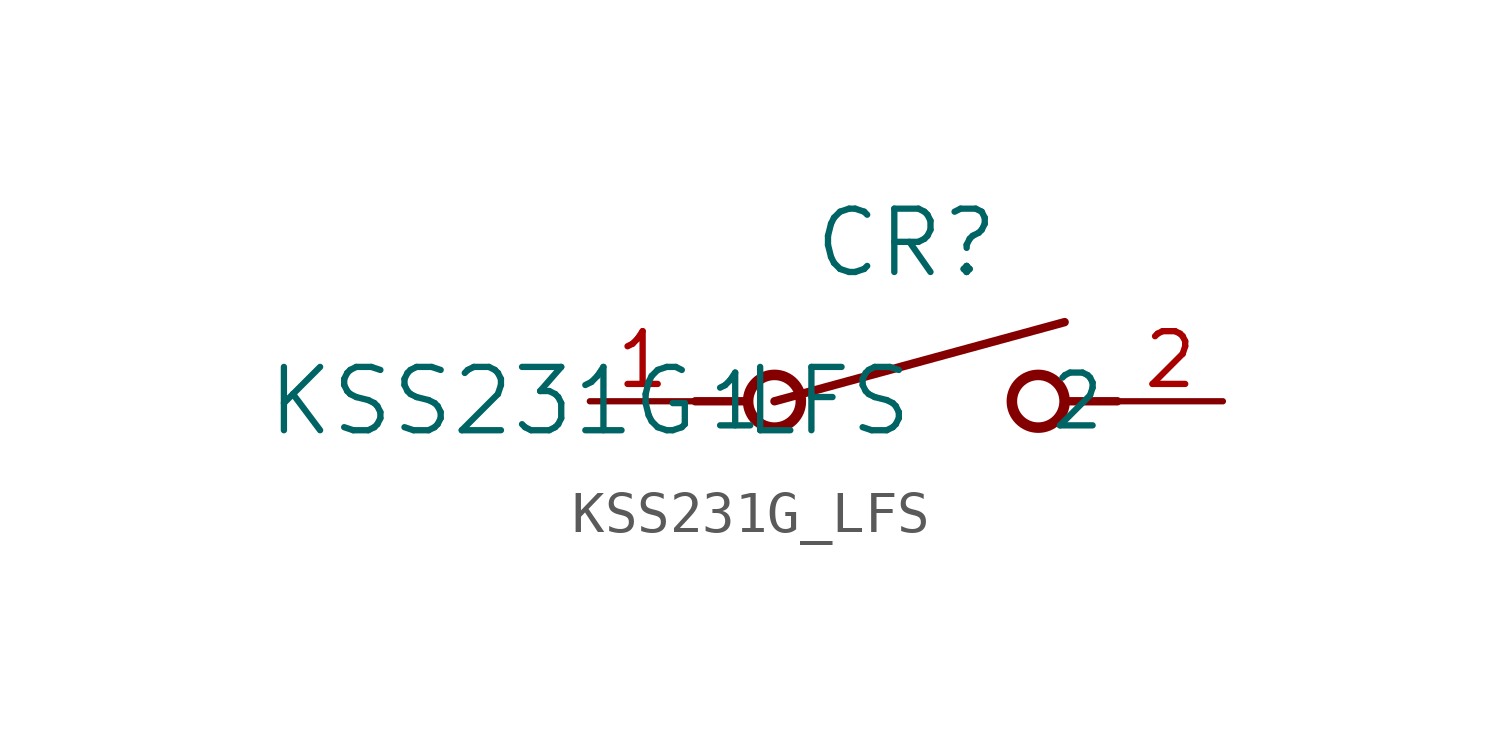
<source format=kicad_sym>
(kicad_symbol_lib
  (version 20211014)
  (generator kicad_symbol_editor)
  (symbol "KSS231G_LFS"
    (pin_names
      (offset 0.254))
    (property "Reference" "CR"
      (at 7.62 3.81 0)
      (effects (font (size 1.524 1.524))))
    (property "Value" "KSS231G LFS"
      (at 0 0 0)
      (effects (font (size 1.524 1.524))))
    (symbol "KSS231G_LFS_0_1"
      (polyline (pts (xy 2.54 0) (xy 3.81 0)) (stroke (width 0.203) (type default) (color 0 0 0 0)) (fill (type none)))
      (circle (center 10.795 0) (radius 0.635) (stroke (width 0.254) (type default) (color 0 0 0 0)) (fill (type none)))
      (circle (center 4.445 0) (radius 0.635) (stroke (width 0.254) (type default) (color 0 0 0 0)) (fill (type none)))
      (polyline (pts (xy 12.7 0) (xy 11.43 0)) (stroke (width 0.203) (type default) (color 0 0 0 0)) (fill (type none)))
      (polyline (pts (xy 4.445 0) (xy 11.43 1.905)) (stroke (width 0.203) (type default) (color 0 0 0 0)) (fill (type none)))
      (pin unspecified line (at 15.24 0 180) (length 2.54) (name "2" (effects (font (size 1.27 1.27)))) (number "2" (effects (font (size 1.27 1.27)))))
      (pin unspecified line (at 0 0 0) (length 2.54) (name "1" (effects (font (size 1.27 1.27)))) (number "1" (effects (font (size 1.27 1.27))))))))
</source>
